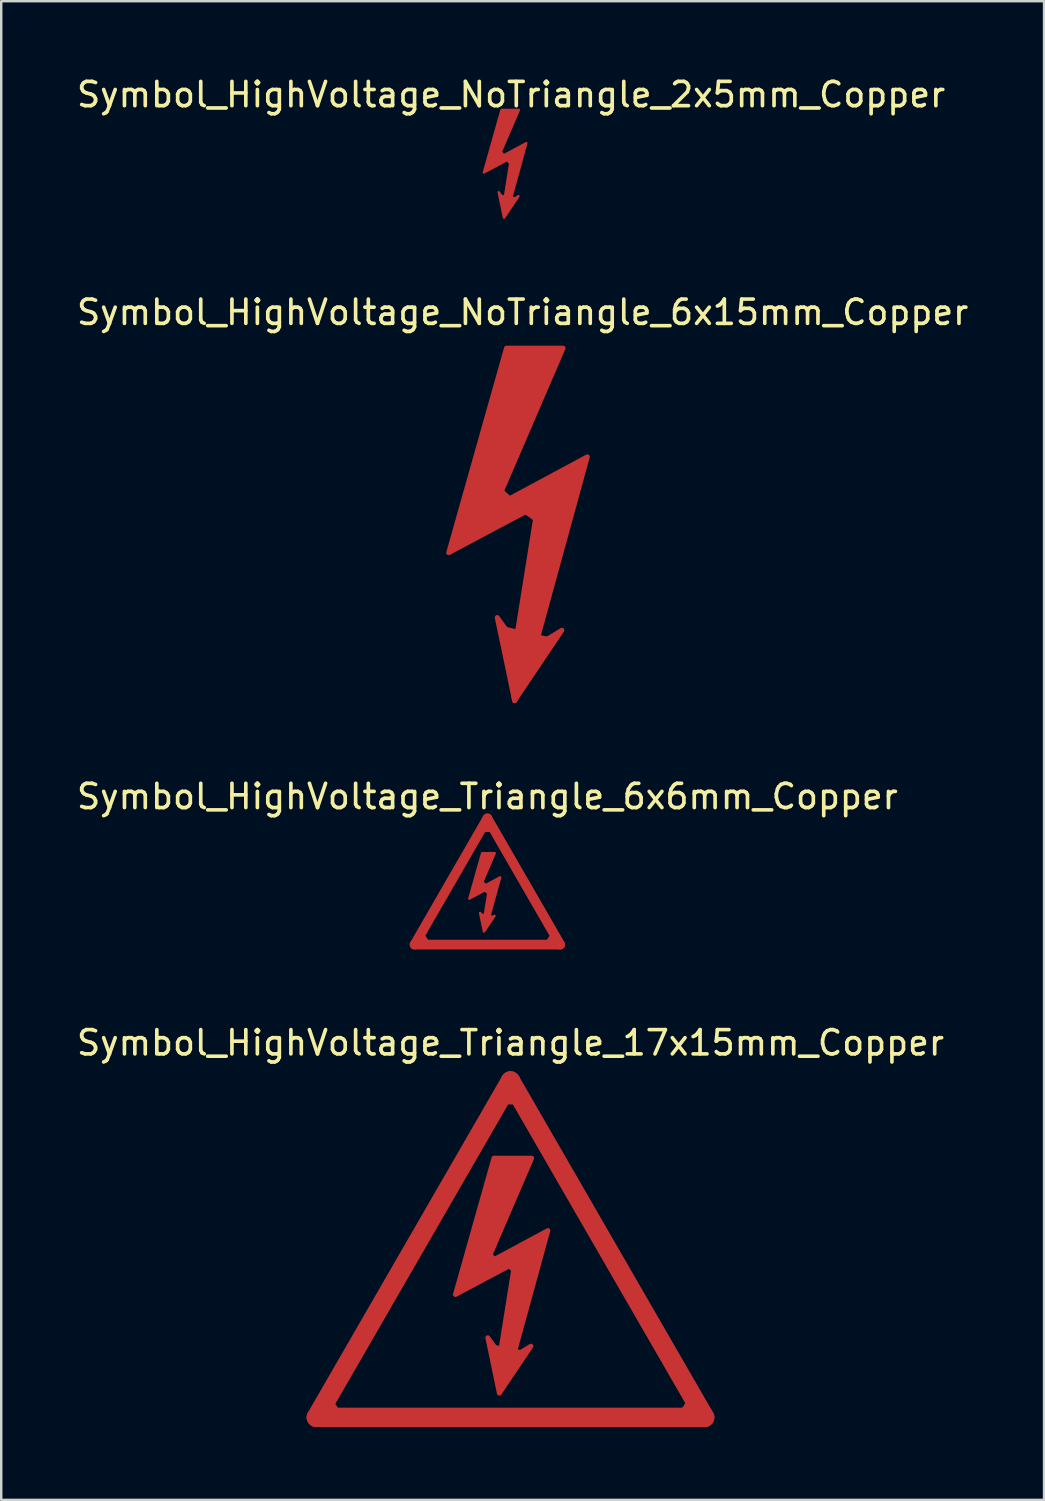
<source format=kicad_pcb>
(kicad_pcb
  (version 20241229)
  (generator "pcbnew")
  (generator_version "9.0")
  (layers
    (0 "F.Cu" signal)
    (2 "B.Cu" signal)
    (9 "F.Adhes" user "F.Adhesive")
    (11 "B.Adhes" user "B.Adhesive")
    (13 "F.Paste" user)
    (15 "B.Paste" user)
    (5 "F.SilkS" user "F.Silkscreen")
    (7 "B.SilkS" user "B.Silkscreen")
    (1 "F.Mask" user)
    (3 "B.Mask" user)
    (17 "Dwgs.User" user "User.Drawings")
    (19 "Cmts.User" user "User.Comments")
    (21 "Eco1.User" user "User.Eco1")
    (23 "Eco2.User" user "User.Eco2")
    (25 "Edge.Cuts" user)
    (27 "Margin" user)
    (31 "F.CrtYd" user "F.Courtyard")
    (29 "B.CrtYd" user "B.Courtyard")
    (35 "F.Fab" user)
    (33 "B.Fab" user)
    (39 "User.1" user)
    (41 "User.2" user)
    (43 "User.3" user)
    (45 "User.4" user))
  (footprint "Symbol_HighVoltage_Triangle_6x6mm_Copper"
    (layer "F.Cu")
    (at 17.03 33.266)
    (property "Reference" "Symbol_HighVoltage_Triangle_6x6mm_Copper" (at 0 -3.5 0) (layer "F.SilkS") (effects (font (size 1 1) (thickness 0.15))))
    (attr exclude_from_pos_files exclude_from_bom allow_missing_courtyard)
    (fp_line (start -3 2.6) (end 0 -2.6) (stroke (width 0.4) (type solid)) (layer "F.Cu"))
    (fp_line (start -2.457 2.565) (end -2.723 2.155) (stroke (width 0.2) (type default)) (layer "F.Cu"))
    (fp_line (start -0.28 0.03) (end -0.08 0.21) (stroke (width 0.2) (type default)) (layer "F.Cu"))
    (fp_line (start -0.26 1.36) (end 0.21 1.46) (stroke (width 0.102) (type default)) (layer "F.Cu"))
    (fp_line (start -0.135 0.295) (end 0.115 0.465) (stroke (width 0.2) (type default)) (layer "F.Cu"))
    (fp_line (start -0.125 -2.14) (end 0.125 -2.14) (stroke (width 0.2) (type default)) (layer "F.Cu"))
    (fp_line (start 0 -2.6) (end 3 2.6) (stroke (width 0.4) (type solid)) (layer "F.Cu"))
    (fp_line (start 2.467 2.565) (end 2.733 2.155) (stroke (width 0.2) (type default)) (layer "F.Cu"))
    (fp_line (start 3 2.6) (end -3 2.6) (stroke (width 0.4) (type solid)) (layer "F.Cu"))
    (fp_poly (pts (xy -0.321 0.284) (xy 0.525 -0.171) (xy 0.049 1.565) (xy 0.293 1.416) (xy -0.141 2.062) (xy -0.3 1.3) (xy -0.131 1.533) (xy 0.07 0.273) (xy -0.745 0.707) (xy -0.215 -1.166) (xy 0.303 -1.166)) (stroke (width 0.1) (type solid)) (fill yes) (layer "F.Cu")))
  (footprint "Symbol_HighVoltage_NoTriangle_6x15mm_Copper"
    (layer "F.Cu")
    (at 18.482 18.317)
    (property "Reference" "Symbol_HighVoltage_NoTriangle_6x15mm_Copper" (at 0 -8.5 0) (layer "F.SilkS") (effects (font (size 1 1) (thickness 0.15))))
    (attr exclude_from_pos_files exclude_from_bom allow_missing_courtyard)
    (fp_poly (pts (xy -0.77 4.54) (xy 1.07 4.98) (xy -0.333 7.501)) (stroke (width 0.2) (type solid)) (fill yes) (layer "F.Cu"))
    (fp_poly (pts (xy 0.619 -0.548) (xy 0.13 -0.28) (xy 0.55 0.02)) (stroke (width 0.2) (type solid)) (fill yes) (layer "F.Cu"))
    (fp_poly (pts (xy -0.88 -1.14) (xy -1.143 -0.5) (xy -0.52 -0.81) (xy -0.89 -1.14)) (stroke (width 0.2) (type solid)) (fill yes) (layer "F.Cu"))
    (fp_poly (pts (xy -1.143 -0.5) (xy 2.667 -2.548) (xy 0.524 5.263) (xy 1.619 4.596) (xy -0.333 7.501) (xy -1.048 4.072) (xy -0.286 5.12) (xy 0.619 -0.548) (xy -3.048 1.405) (xy -0.667 -7.025) (xy 1.667 -7.025)) (stroke (width 0.2) (type solid)) (fill yes) (layer "F.Cu")))
  (footprint "Symbol_HighVoltage_Triangle_17x15mm_Copper"
    (layer "F.Cu")
    (at 17.982 48.414)
    (property "Reference" "Symbol_HighVoltage_Triangle_17x15mm_Copper" (at 0 -8.5 0) (layer "F.SilkS") (effects (font (size 1 1) (thickness 0.15))))
    (attr exclude_from_pos_files exclude_from_bom allow_missing_courtyard)
    (fp_line (start -8 6.93) (end 0 -6.93) (stroke (width 0.8) (type solid)) (layer "F.Cu"))
    (fp_line (start -7.127 6.695) (end -7.393 6.285) (stroke (width 0.2) (type default)) (layer "F.Cu"))
    (fp_line (start -0.91 0.16) (end -0.63 0.47) (stroke (width 0.2) (type default)) (layer "F.Cu"))
    (fp_line (start -0.64 4.05) (end 0.48 4.27) (stroke (width 0.2) (type default)) (layer "F.Cu"))
    (fp_line (start -0.63 0.47) (end -0.1 0.66) (stroke (width 0.2) (type default)) (layer "F.Cu"))
    (fp_line (start -0.26 -6.06) (end 0.26 -6.06) (stroke (width 0.2) (type default)) (layer "F.Cu"))
    (fp_line (start -0.1 0.66) (end 0.24 0.93) (stroke (width 0.2) (type default)) (layer "F.Cu"))
    (fp_line (start 7.107 6.675) (end 7.373 6.265) (stroke (width 0.2) (type default)) (layer "F.Cu"))
    (fp_line (start 8 6.93) (end -8 6.93) (stroke (width 0.8) (type solid)) (layer "F.Cu"))
    (fp_line (start 8 6.93) (end 0 -6.93) (stroke (width 0.8) (type solid)) (layer "F.Cu"))
    (fp_poly (pts (xy -1 0.6) (xy 1.54 -0.765) (xy 0.111 4.442) (xy 0.842 3.997) (xy -0.46 5.934) (xy -0.936 3.648) (xy -0.428 4.346) (xy 0.175 0.568) (xy -2.27 1.87) (xy -0.683 -3.75) (xy 0.873 -3.75)) (stroke (width 0.2) (type solid)) (fill yes) (layer "F.Cu")))
  (footprint "Symbol_HighVoltage_NoTriangle_2x5mm_Copper"
    (layer "F.Cu")
    (at 18.006 3.848)
    (property "Reference" "Symbol_HighVoltage_NoTriangle_2x5mm_Copper" (at 0 -3 0) (layer "F.SilkS") (effects (font (size 1 1) (thickness 0.15))))
    (attr exclude_from_pos_files exclude_from_bom allow_missing_courtyard)
    (fp_line (start -0.49 -0.65) (end -0.29 -0.4) (stroke (width 0.2) (type default)) (layer "F.Cu"))
    (fp_line (start -0.38 1.23) (end 0.13 1.32) (stroke (width 0.2) (type default)) (layer "F.Cu"))
    (fp_line (start -0.17 -0.405) (end 0.03 -0.155) (stroke (width 0.2) (type default)) (layer "F.Cu"))
    (fp_poly (pts (xy -0.538 -0.374) (xy 0.626 -1) (xy -0.029 1.387) (xy 0.306 1.183) (xy -0.291 2.07) (xy -0.509 1.023) (xy -0.276 1.343) (xy 0 -0.389) (xy -1.121 0.208) (xy -0.393 -2.368) (xy 0.32 -2.368)) (stroke (width 0.1) (type solid)) (fill yes) (layer "F.Cu")))
  (gr_rect
    (start -3 -3)
    (end 39.964 58.744)
    (stroke (width 0.1) (type default))
    (fill no)
    (layer "Edge.Cuts")))
</source>
